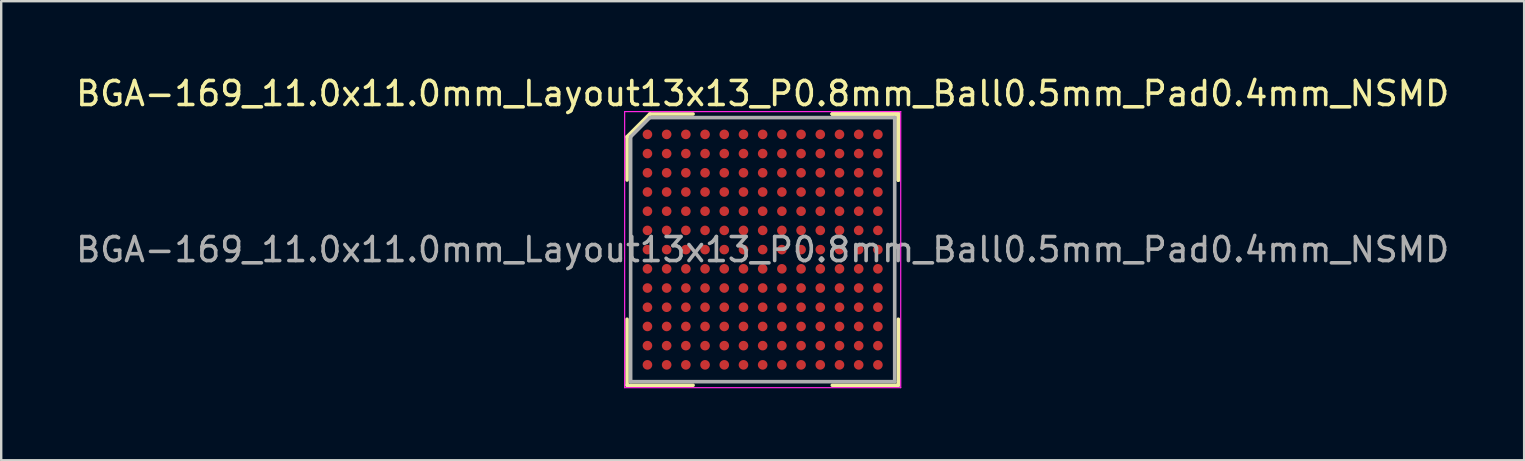
<source format=kicad_pcb>
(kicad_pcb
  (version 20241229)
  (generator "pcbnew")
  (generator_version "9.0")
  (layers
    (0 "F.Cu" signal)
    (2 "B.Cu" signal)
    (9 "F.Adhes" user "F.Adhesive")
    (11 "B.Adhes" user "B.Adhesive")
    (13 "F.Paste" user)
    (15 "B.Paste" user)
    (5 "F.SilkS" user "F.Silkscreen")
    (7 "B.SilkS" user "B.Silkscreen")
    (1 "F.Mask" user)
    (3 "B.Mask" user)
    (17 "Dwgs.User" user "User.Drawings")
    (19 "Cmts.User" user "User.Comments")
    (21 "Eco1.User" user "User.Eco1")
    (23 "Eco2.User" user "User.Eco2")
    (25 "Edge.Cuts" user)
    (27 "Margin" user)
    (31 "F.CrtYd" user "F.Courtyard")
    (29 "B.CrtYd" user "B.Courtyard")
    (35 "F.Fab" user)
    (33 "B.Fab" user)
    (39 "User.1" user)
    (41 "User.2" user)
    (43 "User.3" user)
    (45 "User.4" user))
  (footprint "BGA-169_11.0x11.0mm_Layout13x13_P0.8mm_Ball0.5mm_Pad0.4mm_NSMD"
    (layer "F.Cu")
    (at 28.72 7.348)
    (property "Reference" "BGA-169_11.0x11.0mm_Layout13x13_P0.8mm_Ball0.5mm_Pad0.4mm_NSMD" (at 0 -6.5 0) (layer "F.SilkS") (effects (font (size 1 1) (thickness 0.15))))
    (attr smd)
    (fp_line (start -5.65 -4.7) (end -5.65 -2.9) (stroke (width 0.15) (type solid)) (layer "F.SilkS"))
    (fp_line (start -5.65 5.65) (end -5.65 2.9) (stroke (width 0.15) (type solid)) (layer "F.SilkS"))
    (fp_line (start -4.7 -5.65) (end -5.65 -4.7) (stroke (width 0.15) (type solid)) (layer "F.SilkS"))
    (fp_line (start -2.9 -5.65) (end -4.7 -5.65) (stroke (width 0.15) (type solid)) (layer "F.SilkS"))
    (fp_line (start -2.9 5.65) (end -5.65 5.65) (stroke (width 0.15) (type solid)) (layer "F.SilkS"))
    (fp_line (start 2.9 -5.65) (end 5.65 -5.65) (stroke (width 0.15) (type solid)) (layer "F.SilkS"))
    (fp_line (start 2.9 -5.65) (end 5.65 -5.65) (stroke (width 0.15) (type solid)) (layer "F.SilkS"))
    (fp_line (start 2.9 -5.65) (end 5.65 -5.65) (stroke (width 0.15) (type solid)) (layer "F.SilkS"))
    (fp_line (start 2.9 5.65) (end 5.65 5.65) (stroke (width 0.15) (type solid)) (layer "F.SilkS"))
    (fp_line (start 5.65 -5.65) (end 5.65 -2.9) (stroke (width 0.15) (type solid)) (layer "F.SilkS"))
    (fp_line (start 5.65 -5.65) (end 5.65 -2.9) (stroke (width 0.15) (type solid)) (layer "F.SilkS"))
    (fp_line (start 5.65 -5.65) (end 5.65 -2.9) (stroke (width 0.15) (type solid)) (layer "F.SilkS"))
    (fp_line (start 5.65 5.65) (end 5.65 2.9) (stroke (width 0.15) (type solid)) (layer "F.SilkS"))
    (fp_line (start -5.75 -5.75) (end 5.75 -5.75) (stroke (width 0.05) (type solid)) (layer "F.CrtYd"))
    (fp_line (start -5.75 5.75) (end -5.75 -5.75) (stroke (width 0.05) (type solid)) (layer "F.CrtYd"))
    (fp_line (start 5.75 -5.75) (end 5.75 5.75) (stroke (width 0.05) (type solid)) (layer "F.CrtYd"))
    (fp_line (start 5.75 5.75) (end -5.75 5.75) (stroke (width 0.05) (type solid)) (layer "F.CrtYd"))
    (fp_line (start -5.5 -4.7) (end -5.5 5.5) (stroke (width 0.15) (type solid)) (layer "F.Fab"))
    (fp_line (start -5.5 5.5) (end 5.5 5.5) (stroke (width 0.15) (type solid)) (layer "F.Fab"))
    (fp_line (start -4.7 -5.5) (end -5.5 -4.7) (stroke (width 0.15) (type solid)) (layer "F.Fab"))
    (fp_line (start 5.5 -5.5) (end -4.7 -5.5) (stroke (width 0.15) (type solid)) (layer "F.Fab"))
    (fp_line (start 5.5 5.5) (end 5.5 -5.5) (stroke (width 0.15) (type solid)) (layer "F.Fab"))
    (fp_text user "${REFERENCE}" (at 0 0 0) (layer "F.Fab") (effects (font (size 1 1) (thickness 0.15))))
    (pad "A1" smd circle (at -4.8 -4.8) (size 0.4 0.4) (layers "F.Cu" "F.Mask" "F.Paste"))
    (pad "A2" smd circle (at -4 -4.8) (size 0.4 0.4) (layers "F.Cu" "F.Mask" "F.Paste"))
    (pad "A3" smd circle (at -3.2 -4.8) (size 0.4 0.4) (layers "F.Cu" "F.Mask" "F.Paste"))
    (pad "A4" smd circle (at -2.4 -4.8) (size 0.4 0.4) (layers "F.Cu" "F.Mask" "F.Paste"))
    (pad "A5" smd circle (at -1.6 -4.8) (size 0.4 0.4) (layers "F.Cu" "F.Mask" "F.Paste"))
    (pad "A6" smd circle (at -0.8 -4.8) (size 0.4 0.4) (layers "F.Cu" "F.Mask" "F.Paste"))
    (pad "A7" smd circle (at 0 -4.8) (size 0.4 0.4) (layers "F.Cu" "F.Mask" "F.Paste"))
    (pad "A8" smd circle (at 0.8 -4.8) (size 0.4 0.4) (layers "F.Cu" "F.Mask" "F.Paste"))
    (pad "A9" smd circle (at 1.6 -4.8) (size 0.4 0.4) (layers "F.Cu" "F.Mask" "F.Paste"))
    (pad "A10" smd circle (at 2.4 -4.8) (size 0.4 0.4) (layers "F.Cu" "F.Mask" "F.Paste"))
    (pad "A11" smd circle (at 3.2 -4.8) (size 0.4 0.4) (layers "F.Cu" "F.Mask" "F.Paste"))
    (pad "A12" smd circle (at 4 -4.8) (size 0.4 0.4) (layers "F.Cu" "F.Mask" "F.Paste"))
    (pad "A13" smd circle (at 4.8 -4.8) (size 0.4 0.4) (layers "F.Cu" "F.Mask" "F.Paste"))
    (pad "B1" smd circle (at -4.8 -4) (size 0.4 0.4) (layers "F.Cu" "F.Mask" "F.Paste"))
    (pad "B2" smd circle (at -4 -4) (size 0.4 0.4) (layers "F.Cu" "F.Mask" "F.Paste"))
    (pad "B3" smd circle (at -3.2 -4) (size 0.4 0.4) (layers "F.Cu" "F.Mask" "F.Paste"))
    (pad "B4" smd circle (at -2.4 -4) (size 0.4 0.4) (layers "F.Cu" "F.Mask" "F.Paste"))
    (pad "B5" smd circle (at -1.6 -4) (size 0.4 0.4) (layers "F.Cu" "F.Mask" "F.Paste"))
    (pad "B6" smd circle (at -0.8 -4) (size 0.4 0.4) (layers "F.Cu" "F.Mask" "F.Paste"))
    (pad "B7" smd circle (at 0 -4) (size 0.4 0.4) (layers "F.Cu" "F.Mask" "F.Paste"))
    (pad "B8" smd circle (at 0.8 -4) (size 0.4 0.4) (layers "F.Cu" "F.Mask" "F.Paste"))
    (pad "B9" smd circle (at 1.6 -4) (size 0.4 0.4) (layers "F.Cu" "F.Mask" "F.Paste"))
    (pad "B10" smd circle (at 2.4 -4) (size 0.4 0.4) (layers "F.Cu" "F.Mask" "F.Paste"))
    (pad "B11" smd circle (at 3.2 -4) (size 0.4 0.4) (layers "F.Cu" "F.Mask" "F.Paste"))
    (pad "B12" smd circle (at 4 -4) (size 0.4 0.4) (layers "F.Cu" "F.Mask" "F.Paste"))
    (pad "B13" smd circle (at 4.8 -4) (size 0.4 0.4) (layers "F.Cu" "F.Mask" "F.Paste"))
    (pad "C1" smd circle (at -4.8 -3.2) (size 0.4 0.4) (layers "F.Cu" "F.Mask" "F.Paste"))
    (pad "C2" smd circle (at -4 -3.2) (size 0.4 0.4) (layers "F.Cu" "F.Mask" "F.Paste"))
    (pad "C3" smd circle (at -3.2 -3.2) (size 0.4 0.4) (layers "F.Cu" "F.Mask" "F.Paste"))
    (pad "C4" smd circle (at -2.4 -3.2) (size 0.4 0.4) (layers "F.Cu" "F.Mask" "F.Paste"))
    (pad "C5" smd circle (at -1.6 -3.2) (size 0.4 0.4) (layers "F.Cu" "F.Mask" "F.Paste"))
    (pad "C6" smd circle (at -0.8 -3.2) (size 0.4 0.4) (layers "F.Cu" "F.Mask" "F.Paste"))
    (pad "C7" smd circle (at 0 -3.2) (size 0.4 0.4) (layers "F.Cu" "F.Mask" "F.Paste"))
    (pad "C8" smd circle (at 0.8 -3.2) (size 0.4 0.4) (layers "F.Cu" "F.Mask" "F.Paste"))
    (pad "C9" smd circle (at 1.6 -3.2) (size 0.4 0.4) (layers "F.Cu" "F.Mask" "F.Paste"))
    (pad "C10" smd circle (at 2.4 -3.2) (size 0.4 0.4) (layers "F.Cu" "F.Mask" "F.Paste"))
    (pad "C11" smd circle (at 3.2 -3.2) (size 0.4 0.4) (layers "F.Cu" "F.Mask" "F.Paste"))
    (pad "C12" smd circle (at 4 -3.2) (size 0.4 0.4) (layers "F.Cu" "F.Mask" "F.Paste"))
    (pad "C13" smd circle (at 4.8 -3.2) (size 0.4 0.4) (layers "F.Cu" "F.Mask" "F.Paste"))
    (pad "D1" smd circle (at -4.8 -2.4) (size 0.4 0.4) (layers "F.Cu" "F.Mask" "F.Paste"))
    (pad "D2" smd circle (at -4 -2.4) (size 0.4 0.4) (layers "F.Cu" "F.Mask" "F.Paste"))
    (pad "D3" smd circle (at -3.2 -2.4) (size 0.4 0.4) (layers "F.Cu" "F.Mask" "F.Paste"))
    (pad "D4" smd circle (at -2.4 -2.4) (size 0.4 0.4) (layers "F.Cu" "F.Mask" "F.Paste"))
    (pad "D5" smd circle (at -1.6 -2.4) (size 0.4 0.4) (layers "F.Cu" "F.Mask" "F.Paste"))
    (pad "D6" smd circle (at -0.8 -2.4) (size 0.4 0.4) (layers "F.Cu" "F.Mask" "F.Paste"))
    (pad "D7" smd circle (at 0 -2.4) (size 0.4 0.4) (layers "F.Cu" "F.Mask" "F.Paste"))
    (pad "D8" smd circle (at 0.8 -2.4) (size 0.4 0.4) (layers "F.Cu" "F.Mask" "F.Paste"))
    (pad "D9" smd circle (at 1.6 -2.4) (size 0.4 0.4) (layers "F.Cu" "F.Mask" "F.Paste"))
    (pad "D10" smd circle (at 2.4 -2.4) (size 0.4 0.4) (layers "F.Cu" "F.Mask" "F.Paste"))
    (pad "D11" smd circle (at 3.2 -2.4) (size 0.4 0.4) (layers "F.Cu" "F.Mask" "F.Paste"))
    (pad "D12" smd circle (at 4 -2.4) (size 0.4 0.4) (layers "F.Cu" "F.Mask" "F.Paste"))
    (pad "D13" smd circle (at 4.8 -2.4) (size 0.4 0.4) (layers "F.Cu" "F.Mask" "F.Paste"))
    (pad "E1" smd circle (at -4.8 -1.6) (size 0.4 0.4) (layers "F.Cu" "F.Mask" "F.Paste"))
    (pad "E2" smd circle (at -4 -1.6) (size 0.4 0.4) (layers "F.Cu" "F.Mask" "F.Paste"))
    (pad "E3" smd circle (at -3.2 -1.6) (size 0.4 0.4) (layers "F.Cu" "F.Mask" "F.Paste"))
    (pad "E4" smd circle (at -2.4 -1.6) (size 0.4 0.4) (layers "F.Cu" "F.Mask" "F.Paste"))
    (pad "E5" smd circle (at -1.6 -1.6) (size 0.4 0.4) (layers "F.Cu" "F.Mask" "F.Paste"))
    (pad "E6" smd circle (at -0.8 -1.6) (size 0.4 0.4) (layers "F.Cu" "F.Mask" "F.Paste"))
    (pad "E7" smd circle (at 0 -1.6) (size 0.4 0.4) (layers "F.Cu" "F.Mask" "F.Paste"))
    (pad "E8" smd circle (at 0.8 -1.6) (size 0.4 0.4) (layers "F.Cu" "F.Mask" "F.Paste"))
    (pad "E9" smd circle (at 1.6 -1.6) (size 0.4 0.4) (layers "F.Cu" "F.Mask" "F.Paste"))
    (pad "E10" smd circle (at 2.4 -1.6) (size 0.4 0.4) (layers "F.Cu" "F.Mask" "F.Paste"))
    (pad "E11" smd circle (at 3.2 -1.6) (size 0.4 0.4) (layers "F.Cu" "F.Mask" "F.Paste"))
    (pad "E12" smd circle (at 4 -1.6) (size 0.4 0.4) (layers "F.Cu" "F.Mask" "F.Paste"))
    (pad "E13" smd circle (at 4.8 -1.6) (size 0.4 0.4) (layers "F.Cu" "F.Mask" "F.Paste"))
    (pad "F1" smd circle (at -4.8 -0.8) (size 0.4 0.4) (layers "F.Cu" "F.Mask" "F.Paste"))
    (pad "F2" smd circle (at -4 -0.8) (size 0.4 0.4) (layers "F.Cu" "F.Mask" "F.Paste"))
    (pad "F3" smd circle (at -3.2 -0.8) (size 0.4 0.4) (layers "F.Cu" "F.Mask" "F.Paste"))
    (pad "F4" smd circle (at -2.4 -0.8) (size 0.4 0.4) (layers "F.Cu" "F.Mask" "F.Paste"))
    (pad "F5" smd circle (at -1.6 -0.8) (size 0.4 0.4) (layers "F.Cu" "F.Mask" "F.Paste"))
    (pad "F6" smd circle (at -0.8 -0.8) (size 0.4 0.4) (layers "F.Cu" "F.Mask" "F.Paste"))
    (pad "F7" smd circle (at 0 -0.8) (size 0.4 0.4) (layers "F.Cu" "F.Mask" "F.Paste"))
    (pad "F8" smd circle (at 0.8 -0.8) (size 0.4 0.4) (layers "F.Cu" "F.Mask" "F.Paste"))
    (pad "F9" smd circle (at 1.6 -0.8) (size 0.4 0.4) (layers "F.Cu" "F.Mask" "F.Paste"))
    (pad "F10" smd circle (at 2.4 -0.8) (size 0.4 0.4) (layers "F.Cu" "F.Mask" "F.Paste"))
    (pad "F11" smd circle (at 3.2 -0.8) (size 0.4 0.4) (layers "F.Cu" "F.Mask" "F.Paste"))
    (pad "F12" smd circle (at 4 -0.8) (size 0.4 0.4) (layers "F.Cu" "F.Mask" "F.Paste"))
    (pad "F13" smd circle (at 4.8 -0.8) (size 0.4 0.4) (layers "F.Cu" "F.Mask" "F.Paste"))
    (pad "G1" smd circle (at -4.8 0) (size 0.4 0.4) (layers "F.Cu" "F.Mask" "F.Paste"))
    (pad "G2" smd circle (at -4 0) (size 0.4 0.4) (layers "F.Cu" "F.Mask" "F.Paste"))
    (pad "G3" smd circle (at -3.2 0) (size 0.4 0.4) (layers "F.Cu" "F.Mask" "F.Paste"))
    (pad "G4" smd circle (at -2.4 0) (size 0.4 0.4) (layers "F.Cu" "F.Mask" "F.Paste"))
    (pad "G5" smd circle (at -1.6 0) (size 0.4 0.4) (layers "F.Cu" "F.Mask" "F.Paste"))
    (pad "G6" smd circle (at -0.8 0) (size 0.4 0.4) (layers "F.Cu" "F.Mask" "F.Paste"))
    (pad "G7" smd circle (at 0 0) (size 0.4 0.4) (layers "F.Cu" "F.Mask" "F.Paste"))
    (pad "G8" smd circle (at 0.8 0) (size 0.4 0.4) (layers "F.Cu" "F.Mask" "F.Paste"))
    (pad "G9" smd circle (at 1.6 0) (size 0.4 0.4) (layers "F.Cu" "F.Mask" "F.Paste"))
    (pad "G10" smd circle (at 2.4 0) (size 0.4 0.4) (layers "F.Cu" "F.Mask" "F.Paste"))
    (pad "G11" smd circle (at 3.2 0) (size 0.4 0.4) (layers "F.Cu" "F.Mask" "F.Paste"))
    (pad "G12" smd circle (at 4 0) (size 0.4 0.4) (layers "F.Cu" "F.Mask" "F.Paste"))
    (pad "G13" smd circle (at 4.8 0) (size 0.4 0.4) (layers "F.Cu" "F.Mask" "F.Paste"))
    (pad "H1" smd circle (at -4.8 0.8) (size 0.4 0.4) (layers "F.Cu" "F.Mask" "F.Paste"))
    (pad "H2" smd circle (at -4 0.8) (size 0.4 0.4) (layers "F.Cu" "F.Mask" "F.Paste"))
    (pad "H3" smd circle (at -3.2 0.8) (size 0.4 0.4) (layers "F.Cu" "F.Mask" "F.Paste"))
    (pad "H4" smd circle (at -2.4 0.8) (size 0.4 0.4) (layers "F.Cu" "F.Mask" "F.Paste"))
    (pad "H5" smd circle (at -1.6 0.8) (size 0.4 0.4) (layers "F.Cu" "F.Mask" "F.Paste"))
    (pad "H6" smd circle (at -0.8 0.8) (size 0.4 0.4) (layers "F.Cu" "F.Mask" "F.Paste"))
    (pad "H7" smd circle (at 0 0.8) (size 0.4 0.4) (layers "F.Cu" "F.Mask" "F.Paste"))
    (pad "H8" smd circle (at 0.8 0.8) (size 0.4 0.4) (layers "F.Cu" "F.Mask" "F.Paste"))
    (pad "H9" smd circle (at 1.6 0.8) (size 0.4 0.4) (layers "F.Cu" "F.Mask" "F.Paste"))
    (pad "H10" smd circle (at 2.4 0.8) (size 0.4 0.4) (layers "F.Cu" "F.Mask" "F.Paste"))
    (pad "H11" smd circle (at 3.2 0.8) (size 0.4 0.4) (layers "F.Cu" "F.Mask" "F.Paste"))
    (pad "H12" smd circle (at 4 0.8) (size 0.4 0.4) (layers "F.Cu" "F.Mask" "F.Paste"))
    (pad "H13" smd circle (at 4.8 0.8) (size 0.4 0.4) (layers "F.Cu" "F.Mask" "F.Paste"))
    (pad "J1" smd circle (at -4.8 1.6) (size 0.4 0.4) (layers "F.Cu" "F.Mask" "F.Paste"))
    (pad "J2" smd circle (at -4 1.6) (size 0.4 0.4) (layers "F.Cu" "F.Mask" "F.Paste"))
    (pad "J3" smd circle (at -3.2 1.6) (size 0.4 0.4) (layers "F.Cu" "F.Mask" "F.Paste"))
    (pad "J4" smd circle (at -2.4 1.6) (size 0.4 0.4) (layers "F.Cu" "F.Mask" "F.Paste"))
    (pad "J5" smd circle (at -1.6 1.6) (size 0.4 0.4) (layers "F.Cu" "F.Mask" "F.Paste"))
    (pad "J6" smd circle (at -0.8 1.6) (size 0.4 0.4) (layers "F.Cu" "F.Mask" "F.Paste"))
    (pad "J7" smd circle (at 0 1.6) (size 0.4 0.4) (layers "F.Cu" "F.Mask" "F.Paste"))
    (pad "J8" smd circle (at 0.8 1.6) (size 0.4 0.4) (layers "F.Cu" "F.Mask" "F.Paste"))
    (pad "J9" smd circle (at 1.6 1.6) (size 0.4 0.4) (layers "F.Cu" "F.Mask" "F.Paste"))
    (pad "J10" smd circle (at 2.4 1.6) (size 0.4 0.4) (layers "F.Cu" "F.Mask" "F.Paste"))
    (pad "J11" smd circle (at 3.2 1.6) (size 0.4 0.4) (layers "F.Cu" "F.Mask" "F.Paste"))
    (pad "J12" smd circle (at 4 1.6) (size 0.4 0.4) (layers "F.Cu" "F.Mask" "F.Paste"))
    (pad "J13" smd circle (at 4.8 1.6) (size 0.4 0.4) (layers "F.Cu" "F.Mask" "F.Paste"))
    (pad "K1" smd circle (at -4.8 2.4) (size 0.4 0.4) (layers "F.Cu" "F.Mask" "F.Paste"))
    (pad "K2" smd circle (at -4 2.4) (size 0.4 0.4) (layers "F.Cu" "F.Mask" "F.Paste"))
    (pad "K3" smd circle (at -3.2 2.4) (size 0.4 0.4) (layers "F.Cu" "F.Mask" "F.Paste"))
    (pad "K4" smd circle (at -2.4 2.4) (size 0.4 0.4) (layers "F.Cu" "F.Mask" "F.Paste"))
    (pad "K5" smd circle (at -1.6 2.4) (size 0.4 0.4) (layers "F.Cu" "F.Mask" "F.Paste"))
    (pad "K6" smd circle (at -0.8 2.4) (size 0.4 0.4) (layers "F.Cu" "F.Mask" "F.Paste"))
    (pad "K7" smd circle (at 0 2.4) (size 0.4 0.4) (layers "F.Cu" "F.Mask" "F.Paste"))
    (pad "K8" smd circle (at 0.8 2.4) (size 0.4 0.4) (layers "F.Cu" "F.Mask" "F.Paste"))
    (pad "K9" smd circle (at 1.6 2.4) (size 0.4 0.4) (layers "F.Cu" "F.Mask" "F.Paste"))
    (pad "K10" smd circle (at 2.4 2.4) (size 0.4 0.4) (layers "F.Cu" "F.Mask" "F.Paste"))
    (pad "K11" smd circle (at 3.2 2.4) (size 0.4 0.4) (layers "F.Cu" "F.Mask" "F.Paste"))
    (pad "K12" smd circle (at 4 2.4) (size 0.4 0.4) (layers "F.Cu" "F.Mask" "F.Paste"))
    (pad "K13" smd circle (at 4.8 2.4) (size 0.4 0.4) (layers "F.Cu" "F.Mask" "F.Paste"))
    (pad "L1" smd circle (at -4.8 3.2) (size 0.4 0.4) (layers "F.Cu" "F.Mask" "F.Paste"))
    (pad "L2" smd circle (at -4 3.2) (size 0.4 0.4) (layers "F.Cu" "F.Mask" "F.Paste"))
    (pad "L3" smd circle (at -3.2 3.2) (size 0.4 0.4) (layers "F.Cu" "F.Mask" "F.Paste"))
    (pad "L4" smd circle (at -2.4 3.2) (size 0.4 0.4) (layers "F.Cu" "F.Mask" "F.Paste"))
    (pad "L5" smd circle (at -1.6 3.2) (size 0.4 0.4) (layers "F.Cu" "F.Mask" "F.Paste"))
    (pad "L6" smd circle (at -0.8 3.2) (size 0.4 0.4) (layers "F.Cu" "F.Mask" "F.Paste"))
    (pad "L7" smd circle (at 0 3.2) (size 0.4 0.4) (layers "F.Cu" "F.Mask" "F.Paste"))
    (pad "L8" smd circle (at 0.8 3.2) (size 0.4 0.4) (layers "F.Cu" "F.Mask" "F.Paste"))
    (pad "L9" smd circle (at 1.6 3.2) (size 0.4 0.4) (layers "F.Cu" "F.Mask" "F.Paste"))
    (pad "L10" smd circle (at 2.4 3.2) (size 0.4 0.4) (layers "F.Cu" "F.Mask" "F.Paste"))
    (pad "L11" smd circle (at 3.2 3.2) (size 0.4 0.4) (layers "F.Cu" "F.Mask" "F.Paste"))
    (pad "L12" smd circle (at 4 3.2) (size 0.4 0.4) (layers "F.Cu" "F.Mask" "F.Paste"))
    (pad "L13" smd circle (at 4.8 3.2) (size 0.4 0.4) (layers "F.Cu" "F.Mask" "F.Paste"))
    (pad "M1" smd circle (at -4.8 4) (size 0.4 0.4) (layers "F.Cu" "F.Mask" "F.Paste"))
    (pad "M2" smd circle (at -4 4) (size 0.4 0.4) (layers "F.Cu" "F.Mask" "F.Paste"))
    (pad "M3" smd circle (at -3.2 4) (size 0.4 0.4) (layers "F.Cu" "F.Mask" "F.Paste"))
    (pad "M4" smd circle (at -2.4 4) (size 0.4 0.4) (layers "F.Cu" "F.Mask" "F.Paste"))
    (pad "M5" smd circle (at -1.6 4) (size 0.4 0.4) (layers "F.Cu" "F.Mask" "F.Paste"))
    (pad "M6" smd circle (at -0.8 4) (size 0.4 0.4) (layers "F.Cu" "F.Mask" "F.Paste"))
    (pad "M7" smd circle (at 0 4) (size 0.4 0.4) (layers "F.Cu" "F.Mask" "F.Paste"))
    (pad "M8" smd circle (at 0.8 4) (size 0.4 0.4) (layers "F.Cu" "F.Mask" "F.Paste"))
    (pad "M9" smd circle (at 1.6 4) (size 0.4 0.4) (layers "F.Cu" "F.Mask" "F.Paste"))
    (pad "M10" smd circle (at 2.4 4) (size 0.4 0.4) (layers "F.Cu" "F.Mask" "F.Paste"))
    (pad "M11" smd circle (at 3.2 4) (size 0.4 0.4) (layers "F.Cu" "F.Mask" "F.Paste"))
    (pad "M12" smd circle (at 4 4) (size 0.4 0.4) (layers "F.Cu" "F.Mask" "F.Paste"))
    (pad "M13" smd circle (at 4.8 4) (size 0.4 0.4) (layers "F.Cu" "F.Mask" "F.Paste"))
    (pad "N1" smd circle (at -4.8 4.8) (size 0.4 0.4) (layers "F.Cu" "F.Mask" "F.Paste"))
    (pad "N2" smd circle (at -4 4.8) (size 0.4 0.4) (layers "F.Cu" "F.Mask" "F.Paste"))
    (pad "N3" smd circle (at -3.2 4.8) (size 0.4 0.4) (layers "F.Cu" "F.Mask" "F.Paste"))
    (pad "N4" smd circle (at -2.4 4.8) (size 0.4 0.4) (layers "F.Cu" "F.Mask" "F.Paste"))
    (pad "N5" smd circle (at -1.6 4.8) (size 0.4 0.4) (layers "F.Cu" "F.Mask" "F.Paste"))
    (pad "N6" smd circle (at -0.8 4.8) (size 0.4 0.4) (layers "F.Cu" "F.Mask" "F.Paste"))
    (pad "N7" smd circle (at 0 4.8) (size 0.4 0.4) (layers "F.Cu" "F.Mask" "F.Paste"))
    (pad "N8" smd circle (at 0.8 4.8) (size 0.4 0.4) (layers "F.Cu" "F.Mask" "F.Paste"))
    (pad "N9" smd circle (at 1.6 4.8) (size 0.4 0.4) (layers "F.Cu" "F.Mask" "F.Paste"))
    (pad "N10" smd circle (at 2.4 4.8) (size 0.4 0.4) (layers "F.Cu" "F.Mask" "F.Paste"))
    (pad "N11" smd circle (at 3.2 4.8) (size 0.4 0.4) (layers "F.Cu" "F.Mask" "F.Paste"))
    (pad "N12" smd circle (at 4 4.8) (size 0.4 0.4) (layers "F.Cu" "F.Mask" "F.Paste"))
    (pad "N13" smd circle (at 4.8 4.8) (size 0.4 0.4) (layers "F.Cu" "F.Mask" "F.Paste")))
  (gr_rect
    (start -3 -3)
    (end 60.44 16.123)
    (stroke (width 0.1) (type default))
    (fill no)
    (layer "Edge.Cuts")))
</source>
